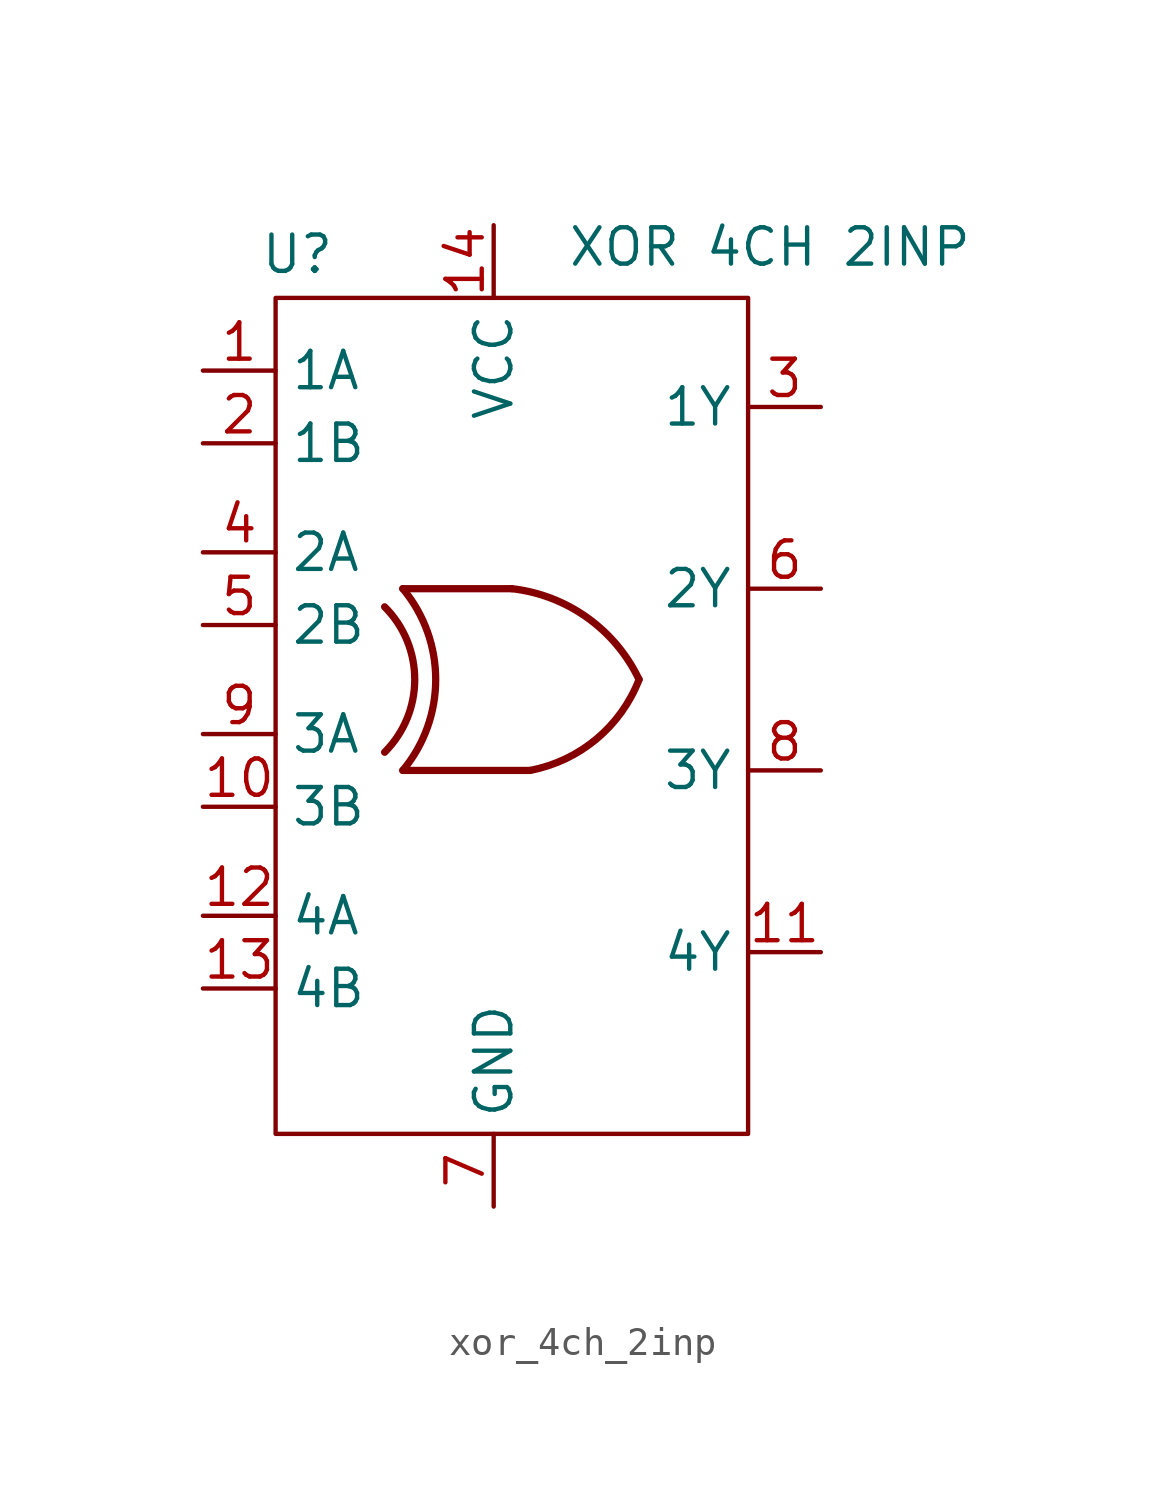
<source format=kicad_sym>
(kicad_symbol_lib
  (version 20241209)
  (generator "kicad_symbol_editor")
  (generator_version "9.0")
  (symbol "xor_4ch_2inp"
    (property "Reference" "U"
      (at -3.048 1.524 0)
      (effects (font (size 1.27 1.27))))
    (property "Value" "XOR 4CH 2INP"
      (at 13.462 1.778 0)
      (effects (font (size 1.27 1.27))))
    (symbol "xor_4ch_2inp_0_1"
      (rectangle (start -3.81 0) (end 12.7 -29.21) (stroke (width 0) (type default)) (fill (type none)))
      (arc (start 0.635 -10.16) (mid 1.7845 -13.335) (end 0.635 -16.51) (stroke (width 0.254) (type default)) (fill (type none)))
      (arc (start 0 -10.795) (mid 1.0521 -13.335) (end 0 -15.875) (stroke (width 0.254) (type default)) (fill (type none)))
      (arc (start 4.445 -10.16) (mid 7.079 -11.1715) (end 8.8902 -13.335) (stroke (width 0.254) (type default)) (fill (type none)))
      (arc (start 8.8902 -13.335) (mid 7.3965 -15.4162) (end 5.08 -16.51) (stroke (width 0.254) (type default)) (fill (type none)))
      (polyline (pts (xy 4.445 -10.16) (xy 0.635 -10.16)) (stroke (width 0.254) (type default)) (fill (type background)))
      (polyline (pts (xy 5.08 -16.51) (xy 0.635 -16.51)) (stroke (width 0.254) (type default)) (fill (type background))))
    (symbol "xor_4ch_2inp_1_1"
      (pin input line (at -6.35 -2.54 0) (length 2.54) (name "1A" (effects (font (size 1.27 1.27)))) (number "1" (effects (font (size 1.27 1.27)))))
      (pin input line (at -6.35 -5.08 0) (length 2.54) (name "1B" (effects (font (size 1.27 1.27)))) (number "2" (effects (font (size 1.27 1.27)))))
      (pin input line (at -6.35 -8.89 0) (length 2.54) (name "2A" (effects (font (size 1.27 1.27)))) (number "4" (effects (font (size 1.27 1.27)))))
      (pin input line (at -6.35 -11.43 0) (length 2.54) (name "2B" (effects (font (size 1.27 1.27)))) (number "5" (effects (font (size 1.27 1.27)))))
      (pin input line (at -6.35 -15.24 0) (length 2.54) (name "3A" (effects (font (size 1.27 1.27)))) (number "9" (effects (font (size 1.27 1.27)))))
      (pin input line (at -6.35 -17.78 0) (length 2.54) (name "3B" (effects (font (size 1.27 1.27)))) (number "10" (effects (font (size 1.27 1.27)))))
      (pin input line (at -6.35 -21.59 0) (length 2.54) (name "4A" (effects (font (size 1.27 1.27)))) (number "12" (effects (font (size 1.27 1.27)))))
      (pin input line (at -6.35 -24.13 0) (length 2.54) (name "4B" (effects (font (size 1.27 1.27)))) (number "13" (effects (font (size 1.27 1.27)))))
      (pin power_in line (at 3.81 2.54 270) (length 2.54) (name "VCC" (effects (font (size 1.27 1.27)))) (number "14" (effects (font (size 1.27 1.27)))))
      (pin power_in line (at 3.81 -31.75 90) (length 2.54) (name "GND" (effects (font (size 1.27 1.27)))) (number "7" (effects (font (size 1.27 1.27)))))
      (pin output line (at 15.24 -3.81 180) (length 2.54) (name "1Y" (effects (font (size 1.27 1.27)))) (number "3" (effects (font (size 1.27 1.27)))))
      (pin output line (at 15.24 -10.16 180) (length 2.54) (name "2Y" (effects (font (size 1.27 1.27)))) (number "6" (effects (font (size 1.27 1.27)))))
      (pin output line (at 15.24 -16.51 180) (length 2.54) (name "3Y" (effects (font (size 1.27 1.27)))) (number "8" (effects (font (size 1.27 1.27)))))
      (pin output line (at 15.24 -22.86 180) (length 2.54) (name "4Y" (effects (font (size 1.27 1.27)))) (number "11" (effects (font (size 1.27 1.27))))))))
</source>
